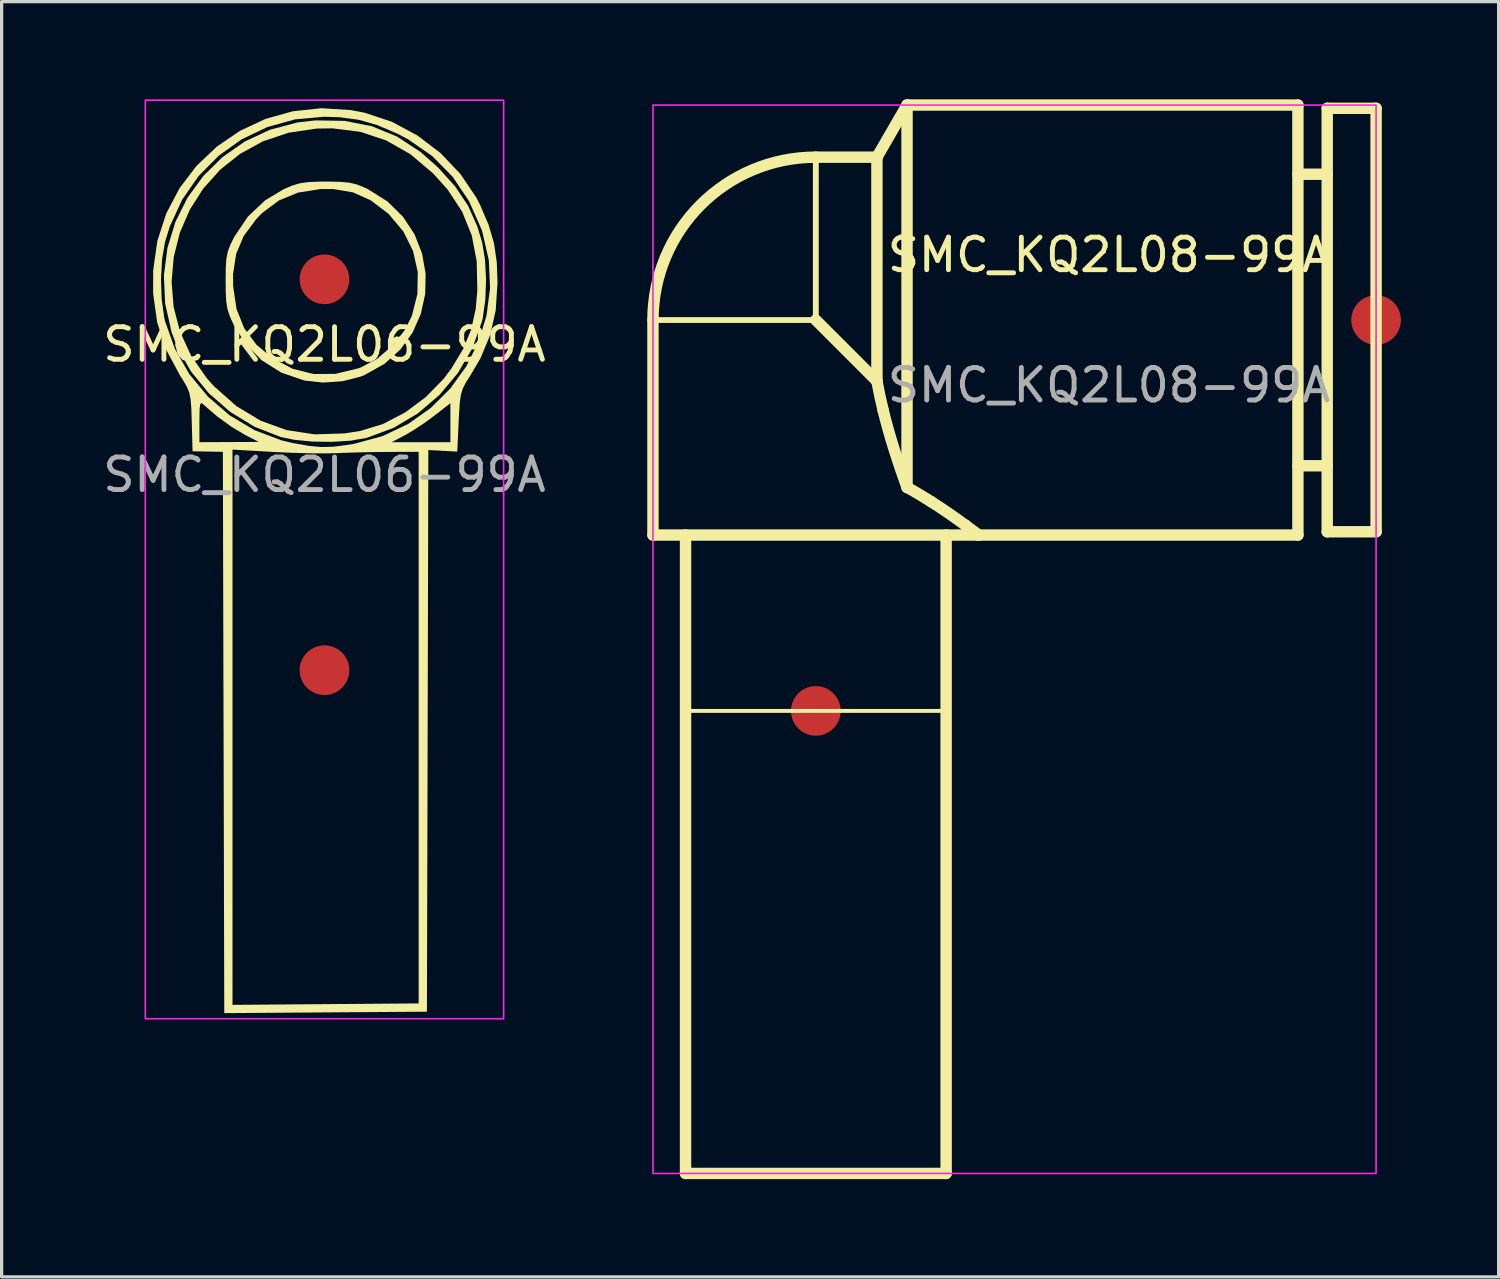
<source format=kicad_pcb>
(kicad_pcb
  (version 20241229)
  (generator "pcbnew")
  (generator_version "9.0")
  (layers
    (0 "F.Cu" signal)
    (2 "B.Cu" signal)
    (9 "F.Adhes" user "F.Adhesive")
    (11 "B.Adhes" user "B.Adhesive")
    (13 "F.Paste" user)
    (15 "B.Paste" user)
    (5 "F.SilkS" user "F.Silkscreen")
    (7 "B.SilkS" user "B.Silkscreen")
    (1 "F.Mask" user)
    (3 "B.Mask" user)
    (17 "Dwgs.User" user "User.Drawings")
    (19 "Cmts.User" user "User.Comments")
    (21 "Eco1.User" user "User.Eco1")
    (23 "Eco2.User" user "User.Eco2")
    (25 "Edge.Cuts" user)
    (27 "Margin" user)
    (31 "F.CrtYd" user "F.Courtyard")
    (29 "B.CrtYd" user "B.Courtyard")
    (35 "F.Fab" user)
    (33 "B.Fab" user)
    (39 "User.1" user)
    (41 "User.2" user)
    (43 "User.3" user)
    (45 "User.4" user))
  (footprint "SMC_KQ2L08-99A"
    (layer "F.Cu")
    (at 21.996 6.775)
    (property "Reference" "SMC_KQ2L08-99A" (at 9 -2 0) (unlocked yes) (layer "F.SilkS") (effects (font (size 1 1) (thickness 0.15))))
    (fp_line (start -5 0.00004) (end -0.000046 0.00004) (stroke (width 0.18) (type solid)) (layer "F.SilkS"))
    (fp_line (start -5 6.6) (end -5 0.00004) (stroke (width 0.35) (type solid)) (layer "F.SilkS"))
    (fp_line (start -5 6.6) (end 5 6.6) (stroke (width 0.35) (type solid)) (layer "F.SilkS"))
    (fp_line (start -4 26.2) (end -4 6.6) (stroke (width 0.35) (type solid)) (layer "F.SilkS"))
    (fp_line (start -4 26.2) (end 4 26.2) (stroke (width 0.35) (type solid)) (layer "F.SilkS"))
    (fp_line (start -4 12) (end 4 12) (stroke (width 0.12) (type solid)) (layer "F.SilkS"))
    (fp_line (start -0.000046 0.00004) (end -0.000046 -5) (stroke (width 0.18) (type solid)) (layer "F.SilkS"))
    (fp_line (start 1.876 -5) (end -0.000046 -5) (stroke (width 0.35) (type solid)) (layer "F.SilkS"))
    (fp_line (start 1.876 -5) (end 2.8 -6.6) (stroke (width 0.35) (type solid)) (layer "F.SilkS"))
    (fp_line (start 1.876 1.876) (end -0.000046 0.00004) (stroke (width 0.35) (type solid)) (layer "F.SilkS"))
    (fp_line (start 1.876 1.876) (end 1.876 -5) (stroke (width 0.35) (type solid)) (layer "F.SilkS"))
    (fp_line (start 2.8 5.138) (end 2.8 -6.6) (stroke (width 0.35) (type solid)) (layer "F.SilkS"))
    (fp_line (start 4 26.2) (end 4 6.6) (stroke (width 0.35) (type solid)) (layer "F.SilkS"))
    (fp_line (start 14.8 -6.6) (end 2.8 -6.6) (stroke (width 0.35) (type solid)) (layer "F.SilkS"))
    (fp_line (start 14.8 6.6) (end 5 6.6) (stroke (width 0.35) (type solid)) (layer "F.SilkS"))
    (fp_line (start 14.8 6.6) (end 14.8 -6.6) (stroke (width 0.35) (type solid)) (layer "F.SilkS"))
    (fp_line (start 15.7 -4.475) (end 14.8 -4.475) (stroke (width 0.35) (type solid)) (layer "F.SilkS"))
    (fp_line (start 15.7 4.475) (end 14.8 4.475) (stroke (width 0.35) (type solid)) (layer "F.SilkS"))
    (fp_line (start 15.7 6.5) (end 15.7 -6.5) (stroke (width 0.35) (type solid)) (layer "F.SilkS"))
    (fp_line (start 17.2 -6.5) (end 15.7 -6.5) (stroke (width 0.35) (type solid)) (layer "F.SilkS"))
    (fp_line (start 17.2 6.5) (end 15.7 6.5) (stroke (width 0.35) (type solid)) (layer "F.SilkS"))
    (fp_line (start 17.2 6.5) (end 17.2 -6.5) (stroke (width 0.35) (type solid)) (layer "F.SilkS"))
    (fp_arc (start -4.99996 0.000046) (mid -3.535508 -3.535504) (end 0.00004 -4.999954) (stroke (width 0.35) (type solid)) (layer "F.SilkS"))
    (fp_curve (pts (xy 2.067 2.771) (xy 1.994 2.474) (xy 1.93 2.175) (xy 1.876 1.876)) (stroke (width 0.35) (type solid)) (layer "F.SilkS"))
    (fp_curve (pts (xy 2.8 5.138) (xy 2.534 4.403) (xy 2.269 3.596) (xy 2.067 2.771)) (stroke (width 0.35) (type solid)) (layer "F.SilkS"))
    (fp_curve (pts (xy 3.535 5.573) (xy 3.316 5.434) (xy 3.069 5.284) (xy 2.8 5.138)) (stroke (width 0.35) (type solid)) (layer "F.SilkS"))
    (fp_curve (pts (xy 4.602 6.304) (xy 4.342 6.114) (xy 3.96 5.843) (xy 3.535 5.573)) (stroke (width 0.35) (type solid)) (layer "F.SilkS"))
    (fp_curve (pts (xy 5 6.6) (xy 5 6.6) (xy 4.862 6.494) (xy 4.602 6.304)) (stroke (width 0.35) (type solid)) (layer "F.SilkS"))
    (fp_rect (start -5 26.2) (end 17.2 -6.6) (stroke (width 0.05) (type solid)) (fill no) (layer "F.CrtYd"))
    (fp_text user "${REFERENCE}" (at 9 2 0) (unlocked yes) (layer "F.Fab") (effects (font (size 1 1) (thickness 0.15))))
    (pad "1" smd circle (at 0 12) (size 1.524 1.524) (layers "F.Cu" "F.Mask" "F.Paste"))
    (pad "2" smd circle (at 17.2 0) (size 1.524 1.524) (layers "F.Cu" "F.Mask" "F.Paste")))
  (footprint "SMC_KQ2L06-99A"
    (layer "F.Cu")
    (at 6.911 5.525)
    (property "Reference" "SMC_KQ2L06-99A" (at 0 2 0) (unlocked yes) (layer "F.SilkS") (effects (font (size 1 1) (thickness 0.15))))
    (fp_poly (pts (xy 0.461 -2.994) (xy 0.753 -2.969) (xy 0.989 -2.914) (xy 1.225 -2.82) (xy 1.332 -2.769) (xy 1.935 -2.39) (xy 2.412 -1.92) (xy 2.766 -1.381) (xy 2.997 -0.792) (xy 3.106 -0.175) (xy 3.093 0.448) (xy 2.96 1.058) (xy 2.707 1.632) (xy 2.335 2.15) (xy 1.845 2.592) (xy 1.238 2.935) (xy 1.114 2.985) (xy 0.563 3.128) (xy -0.042 3.17) (xy -0.616 3.107) (xy -0.621 3.106) (xy -1.321 2.866) (xy -1.926 2.487) (xy -2.426 1.978) (xy -2.787 1.397) (xy -2.903 1.144) (xy -2.976 0.922) (xy -3.016 0.68) (xy -3.032 0.362) (xy -3.034 0.047) (xy -3.032 -0.164) (xy -2.806 -0.164) (xy -2.803 0.216) (xy -2.7 0.909) (xy -2.464 1.502) (xy -2.088 2.008) (xy -1.599 2.417) (xy -0.983 2.745) (xy -0.336 2.907) (xy 0.341 2.902) (xy 1.048 2.731) (xy 1.119 2.705) (xy 1.616 2.44) (xy 2.075 2.05) (xy 2.452 1.579) (xy 2.68 1.133) (xy 2.853 0.453) (xy 2.864 -0.222) (xy 2.72 -0.869) (xy 2.424 -1.466) (xy 1.982 -1.993) (xy 1.948 -2.025) (xy 1.421 -2.425) (xy 0.874 -2.67) (xy 0.271 -2.771) (xy -0.125 -2.77) (xy -0.809 -2.663) (xy -1.4 -2.42) (xy -1.919 -2.031) (xy -2.094 -1.85) (xy -2.478 -1.331) (xy -2.711 -0.781) (xy -2.806 -0.164) (xy -3.032 -0.164) (xy -3.03 -0.354) (xy -3.011 -0.639) (xy -2.966 -0.86) (xy -2.885 -1.07) (xy -2.766 -1.308) (xy -2.35 -1.926) (xy -1.819 -2.427) (xy -1.256 -2.764) (xy -0.986 -2.88) (xy -0.745 -2.951) (xy -0.474 -2.987) (xy -0.115 -3) (xy 0.056 -3.001)) (stroke (width 0) (type solid)) (fill yes) (layer "F.SilkS"))
    (fp_poly (pts (xy 0.621 -4.864) (xy 1.454 -4.7) (xy 2.228 -4.382) (xy 2.956 -3.905) (xy 3.493 -3.428) (xy 4.017 -2.845) (xy 4.407 -2.262) (xy 4.69 -1.63) (xy 4.838 -1.142) (xy 4.928 -0.612) (xy 4.961 0.002) (xy 4.939 0.626) (xy 4.86 1.186) (xy 4.832 1.305) (xy 4.537 2.12) (xy 4.099 2.873) (xy 3.537 3.544) (xy 2.872 4.113) (xy 2.124 4.559) (xy 1.313 4.862) (xy 1.279 4.871) (xy 0.8 4.954) (xy 0.228 4.99) (xy -0.373 4.981) (xy -0.934 4.926) (xy -1.341 4.842) (xy -2.148 4.526) (xy -2.892 4.071) (xy -3.549 3.499) (xy -4.098 2.829) (xy -4.518 2.084) (xy -4.695 1.619) (xy -4.891 0.743) (xy -4.921 0.073) (xy -4.693 0.073) (xy -4.631 0.846) (xy -4.433 1.609) (xy -4.094 2.346) (xy -3.608 3.042) (xy -3.387 3.287) (xy -2.7 3.895) (xy -1.957 4.342) (xy -1.159 4.63) (xy -0.302 4.76) (xy 0.613 4.73) (xy 1.106 4.654) (xy 1.796 4.442) (xy 2.476 4.088) (xy 3.109 3.617) (xy 3.659 3.055) (xy 3.895 2.741) (xy 4.262 2.131) (xy 4.505 1.539) (xy 4.644 0.902) (xy 4.693 0.338) (xy 4.674 -0.553) (xy 4.521 -1.35) (xy 4.227 -2.076) (xy 3.784 -2.752) (xy 3.334 -3.253) (xy 2.641 -3.839) (xy 1.898 -4.263) (xy 1.102 -4.528) (xy 0.247 -4.635) (xy -0.24 -4.628) (xy -1.103 -4.5) (xy -1.889 -4.236) (xy -2.592 -3.851) (xy -3.204 -3.363) (xy -3.721 -2.786) (xy -4.134 -2.138) (xy -4.438 -1.435) (xy -4.626 -0.692) (xy -4.693 0.073) (xy -4.921 0.073) (xy -4.929 -0.123) (xy -4.821 -0.963) (xy -4.576 -1.762) (xy -4.205 -2.504) (xy -3.719 -3.173) (xy -3.128 -3.754) (xy -2.443 -4.232) (xy -1.674 -4.591) (xy -0.833 -4.815) (xy -0.283 -4.879)) (stroke (width 0) (type solid)) (fill yes) (layer "F.SilkS"))
    (fp_poly (pts (xy 0.81 -5.196) (xy 1.241 -5.113) (xy 2.07 -4.836) (xy 2.854 -4.416) (xy 3.565 -3.874) (xy 4.176 -3.231) (xy 4.661 -2.511) (xy 4.779 -2.281) (xy 5.041 -1.668) (xy 5.206 -1.105) (xy 5.291 -0.521) (xy 5.313 0.097) (xy 5.258 0.948) (xy 5.088 1.71) (xy 4.788 2.428) (xy 4.479 2.952) (xy 4.339 3.172) (xy 4.246 3.355) (xy 4.188 3.546) (xy 4.154 3.791) (xy 4.131 4.136) (xy 4.12 4.361) (xy 4.078 5.289) (xy 3.634 5.265) (xy 3.189 5.241) (xy 3.168 13.863) (xy 3.146 22.484) (xy 0.035 22.506) (xy -3.076 22.528) (xy -3.097 13.912) (xy -3.098 13.751) (xy -2.823 13.751) (xy -2.823 22.274) (xy 0.035 22.252) (xy 2.892 22.23) (xy 2.892 13.763) (xy 2.892 5.296) (xy 2.003 5.299) (xy 1.527 5.303) (xy 1.014 5.314) (xy 0.551 5.329) (xy 0.395 5.336) (xy 0.035 5.344) (xy -0.436 5.341) (xy -0.963 5.327) (xy -1.488 5.304) (xy -1.574 5.299) (xy -2.823 5.228) (xy -2.823 13.751) (xy -3.098 13.751) (xy -3.119 5.296) (xy -3.585 5.288) (xy -4.05 5.28) (xy -4.074 4.377) (xy -4.075 4.359) (xy -3.839 4.359) (xy -3.839 5) (xy -2.929 4.996) (xy -2.018 4.992) (xy -2.442 4.774) (xy -2.857 4.526) (xy -3.295 4.208) (xy -3.673 3.882) (xy -3.71 3.847) (xy -3.775 3.798) (xy -3.814 3.831) (xy -3.833 3.971) (xy -3.838 4.247) (xy -3.839 4.359) (xy -4.075 4.359) (xy -4.087 3.972) (xy -4.109 3.69) (xy -4.15 3.481) (xy -4.224 3.299) (xy -4.342 3.097) (xy -4.431 2.958) (xy -4.861 2.158) (xy -5.136 1.322) (xy -5.26 0.428) (xy -5.259 -0.004) (xy -5.019 -0.004) (xy -4.997 0.616) (xy -4.92 1.171) (xy -4.891 1.297) (xy -4.588 2.143) (xy -4.145 2.916) (xy -3.58 3.599) (xy -2.91 4.176) (xy -2.152 4.629) (xy -1.325 4.943) (xy -0.96 5.029) (xy -0.485 5.112) (xy -0.101 5.149) (xy 0.266 5.14) (xy 0.687 5.087) (xy 0.927 5.046) (xy 1.096 5) (xy 2.063 5) (xy 2.964 5) (xy 3.866 5) (xy 3.866 4.402) (xy 3.866 3.803) (xy 3.379 4.183) (xy 3.062 4.415) (xy 2.724 4.638) (xy 2.478 4.782) (xy 2.063 5) (xy 1.096 5) (xy 1.787 4.812) (xy 2.57 4.44) (xy 3.265 3.948) (xy 3.864 3.353) (xy 4.355 2.671) (xy 4.729 1.919) (xy 4.975 1.114) (xy 5.084 0.274) (xy 5.046 -0.585) (xy 4.85 -1.446) (xy 4.822 -1.532) (xy 4.441 -2.396) (xy 3.934 -3.149) (xy 3.305 -3.787) (xy 2.559 -4.304) (xy 2.232 -4.475) (xy 1.619 -4.735) (xy 1.056 -4.897) (xy 0.469 -4.976) (xy -0.015 -4.991) (xy -0.909 -4.909) (xy -1.757 -4.674) (xy -2.543 -4.297) (xy -3.251 -3.792) (xy -3.865 -3.17) (xy -4.369 -2.445) (xy -4.746 -1.628) (xy -4.896 -1.142) (xy -4.985 -0.615) (xy -5.019 -0.004) (xy -5.259 -0.004) (xy -5.259 -0.273) (xy -5.13 -1.181) (xy -4.855 -2.026) (xy -4.449 -2.798) (xy -3.926 -3.485) (xy -3.303 -4.075) (xy -2.593 -4.559) (xy -1.811 -4.924) (xy -0.974 -5.159) (xy -0.095 -5.253)) (stroke (width 0) (type solid)) (fill yes) (layer "F.SilkS"))
    (fp_rect (start -5.5 22.7) (end 5.5 -5.5) (stroke (width 0.05) (type solid)) (fill no) (layer "F.CrtYd"))
    (fp_text user "${REFERENCE}" (at 0 6 0) (unlocked yes) (layer "F.Fab") (effects (font (size 1 1) (thickness 0.15))))
    (pad "1" smd circle (at 0 12) (size 1.524 1.524) (layers "F.Cu" "F.Mask" "F.Paste"))
    (pad "2" smd circle (at 0 0) (size 1.524 1.524) (layers "F.Cu" "F.Mask" "F.Paste")))
  (gr_rect
    (start -3 -3)
    (end 42.958 36.15)
    (stroke (width 0.1) (type default))
    (fill no)
    (layer "Edge.Cuts")))
</source>
